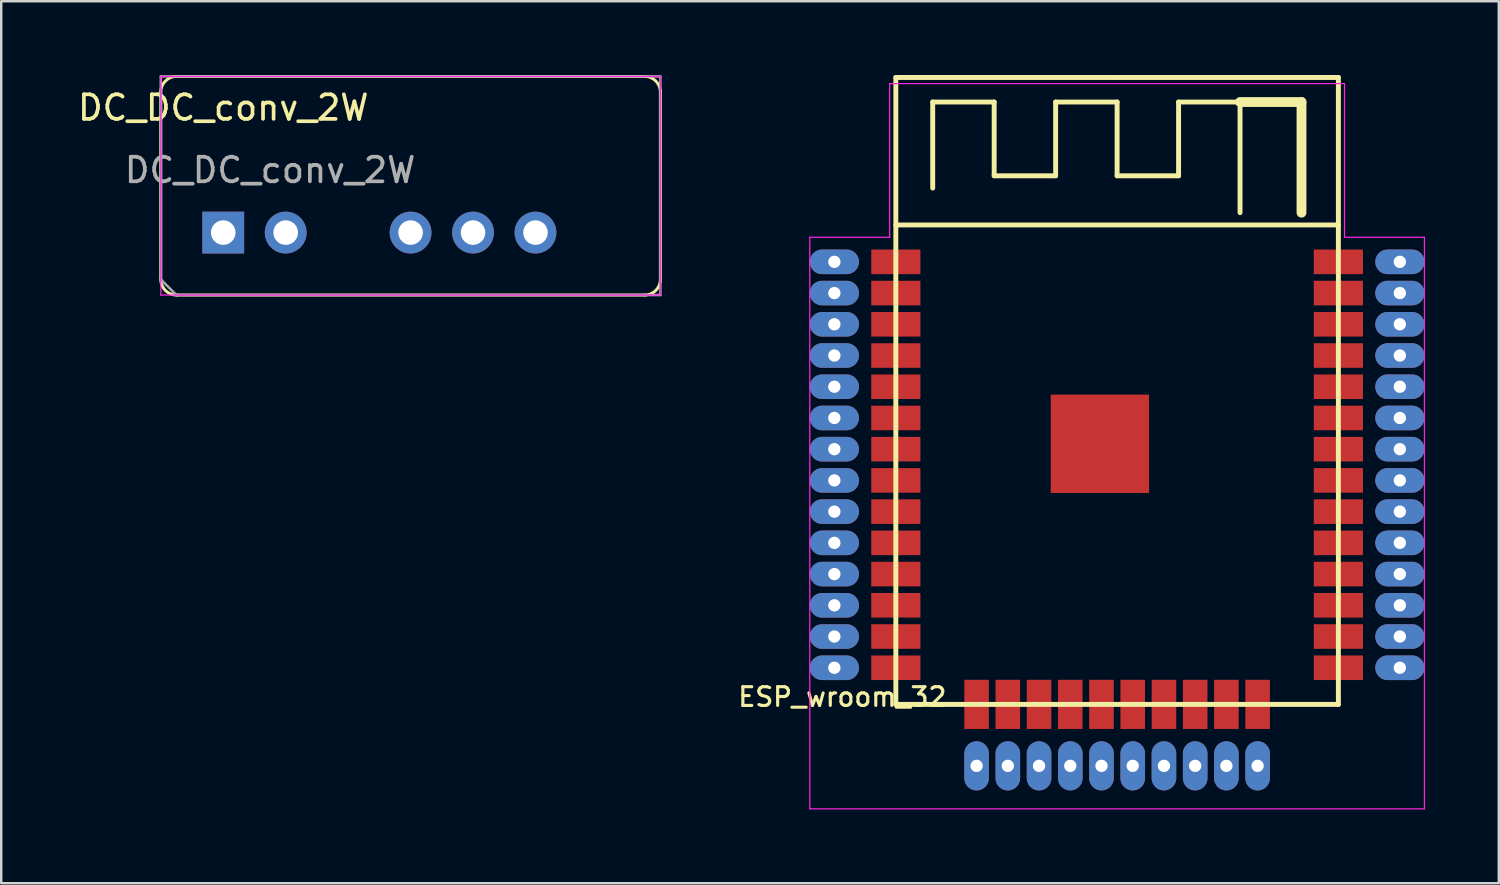
<source format=kicad_pcb>
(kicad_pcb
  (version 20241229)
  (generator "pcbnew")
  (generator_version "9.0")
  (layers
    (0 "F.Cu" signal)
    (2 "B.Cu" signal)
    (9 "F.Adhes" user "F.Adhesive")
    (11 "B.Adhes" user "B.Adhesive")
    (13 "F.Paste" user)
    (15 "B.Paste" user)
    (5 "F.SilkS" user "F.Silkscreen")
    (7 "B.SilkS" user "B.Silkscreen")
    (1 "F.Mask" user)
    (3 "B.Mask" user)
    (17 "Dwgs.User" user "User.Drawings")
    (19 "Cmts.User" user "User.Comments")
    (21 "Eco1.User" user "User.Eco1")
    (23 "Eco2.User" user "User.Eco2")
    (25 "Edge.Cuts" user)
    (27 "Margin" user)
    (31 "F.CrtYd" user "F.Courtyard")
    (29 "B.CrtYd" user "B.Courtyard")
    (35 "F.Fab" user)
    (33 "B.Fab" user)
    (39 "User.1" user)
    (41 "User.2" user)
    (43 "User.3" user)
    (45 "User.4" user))
  (footprint "DC_DC_conv_2W"
    (layer "F.Cu")
    (at 6.03 6.41)
    (property "Reference" "DC_DC_conv_2W" (at 0 -5.08 180) (layer "F.SilkS") (effects (font (size 1 1) (thickness 0.15))))
    (attr through_hole)
    (fp_line (start -2.54 -5.715) (end -2.54 1.905) (stroke (width 0.12) (type solid)) (layer "F.SilkS"))
    (fp_line (start -1.905 2.54) (end 17.145 2.54) (stroke (width 0.12) (type solid)) (layer "F.SilkS"))
    (fp_line (start 17.145 -6.35) (end -1.905 -6.35) (stroke (width 0.12) (type solid)) (layer "F.SilkS"))
    (fp_line (start 17.78 1.905) (end 17.78 -5.715) (stroke (width 0.12) (type solid)) (layer "F.SilkS"))
    (fp_arc (start -2.54 -5.715) (mid -2.354013 -6.164013) (end -1.905 -6.35) (stroke (width 0.12) (type solid)) (layer "F.SilkS"))
    (fp_arc (start -1.905 2.54) (mid -2.354013 2.354013) (end -2.54 1.905) (stroke (width 0.12) (type solid)) (layer "F.SilkS"))
    (fp_arc (start 17.145 -6.35) (mid 17.594013 -6.164013) (end 17.78 -5.715) (stroke (width 0.12) (type solid)) (layer "F.SilkS"))
    (fp_arc (start 17.78 1.905) (mid 17.594013 2.354013) (end 17.145 2.54) (stroke (width 0.12) (type solid)) (layer "F.SilkS"))
    (fp_line (start -2.54 -6.35) (end -2.54 2.54) (stroke (width 0.05) (type solid)) (layer "F.CrtYd"))
    (fp_line (start -2.54 2.54) (end 17.78 2.54) (stroke (width 0.05) (type solid)) (layer "F.CrtYd"))
    (fp_line (start 17.78 -6.35) (end -2.54 -6.35) (stroke (width 0.05) (type solid)) (layer "F.CrtYd"))
    (fp_line (start 17.78 2.54) (end 17.78 -6.35) (stroke (width 0.05) (type solid)) (layer "F.CrtYd"))
    (fp_line (start -2.54 -6.35) (end 17.78 -6.35) (stroke (width 0.1) (type solid)) (layer "F.Fab"))
    (fp_line (start -2.54 1.905) (end -2.54 -6.35) (stroke (width 0.1) (type solid)) (layer "F.Fab"))
    (fp_line (start -2.54 1.905) (end -1.905 2.54) (stroke (width 0.1) (type solid)) (layer "F.Fab"))
    (fp_line (start 17.78 -6.35) (end 17.78 2.54) (stroke (width 0.1) (type solid)) (layer "F.Fab"))
    (fp_line (start 17.78 2.54) (end -1.905 2.54) (stroke (width 0.1) (type solid)) (layer "F.Fab"))
    (fp_text user "${REFERENCE}" (at 1.905 -2.54 180) (layer "F.Fab") (effects (font (size 1 1) (thickness 0.15))))
    (pad "1" thru_hole rect (at 0 0 90) (size 1.7 1.7) (drill 1) (layers "*.Cu" "*.Mask"))
    (pad "2" thru_hole oval (at 2.54 0 90) (size 1.7 1.7) (drill 1) (layers "*.Cu" "*.Mask"))
    (pad "4" thru_hole oval (at 7.62 0 90) (size 1.7 1.7) (drill 1) (layers "*.Cu" "*.Mask"))
    (pad "5" thru_hole oval (at 10.16 0 90) (size 1.7 1.7) (drill 1) (layers "*.Cu" "*.Mask"))
    (pad "6" thru_hole oval (at 12.7 0 90) (size 1.7 1.7) (drill 1) (layers "*.Cu" "*.Mask")))
  (footprint "ESP_wroom_32"
    (layer "F.Cu")
    (at 42.387 12.85)
    (property "Reference" "ESP_wroom_32" (at -11.176 12.446 0) (layer "F.SilkS") (effects (font (size 0.762 0.762) (thickness 0.127))))
    (attr through_hole)
    (fp_line (start -9 -12.75) (end 0 -12.75) (stroke (width 0.2) (type solid)) (layer "F.SilkS"))
    (fp_line (start -9 -6.75) (end 9 -6.75) (stroke (width 0.2) (type solid)) (layer "F.SilkS"))
    (fp_line (start -9 12.75) (end -9 -12.75) (stroke (width 0.2) (type solid)) (layer "F.SilkS"))
    (fp_line (start -7.5 -11.75) (end -7.5 -8.25) (stroke (width 0.2) (type solid)) (layer "F.SilkS"))
    (fp_line (start -5 -11.75) (end -7.5 -11.75) (stroke (width 0.2) (type solid)) (layer "F.SilkS"))
    (fp_line (start -5 -11.75) (end -5 -8.75) (stroke (width 0.2) (type solid)) (layer "F.SilkS"))
    (fp_line (start -2.5 -11.75) (end -2.5 -8.75) (stroke (width 0.2) (type solid)) (layer "F.SilkS"))
    (fp_line (start -2.5 -8.75) (end -5 -8.75) (stroke (width 0.2) (type solid)) (layer "F.SilkS"))
    (fp_line (start 0 -12.75) (end 9 -12.75) (stroke (width 0.2) (type solid)) (layer "F.SilkS"))
    (fp_line (start 0 -11.75) (end -2.5 -11.75) (stroke (width 0.2) (type solid)) (layer "F.SilkS"))
    (fp_line (start 0 -11.75) (end 0 -8.75) (stroke (width 0.2) (type solid)) (layer "F.SilkS"))
    (fp_line (start 0 -8.75) (end 2.5 -8.75) (stroke (width 0.2) (type solid)) (layer "F.SilkS"))
    (fp_line (start 2.5 -11.75) (end 2.5 -8.75) (stroke (width 0.2) (type solid)) (layer "F.SilkS"))
    (fp_line (start 2.5 -11.75) (end 5 -11.75) (stroke (width 0.2) (type solid)) (layer "F.SilkS"))
    (fp_line (start 5 -11.75) (end 5 -7.25) (stroke (width 0.2) (type solid)) (layer "F.SilkS"))
    (fp_line (start 5 -11.75) (end 7.5 -11.75) (stroke (width 0.4) (type solid)) (layer "F.SilkS"))
    (fp_line (start 7.5 -11.75) (end 7.5 -7.25) (stroke (width 0.4) (type solid)) (layer "F.SilkS"))
    (fp_line (start 9 -12.75) (end 9 12.75) (stroke (width 0.2) (type solid)) (layer "F.SilkS"))
    (fp_line (start 9 12.75) (end -9 12.75) (stroke (width 0.2) (type solid)) (layer "F.SilkS"))
    (fp_line (start -12.5 -6.25) (end -9.25 -6.25) (stroke (width 0.05) (type solid)) (layer "F.CrtYd"))
    (fp_line (start -12.5 17) (end -12.5 -6.25) (stroke (width 0.05) (type solid)) (layer "F.CrtYd"))
    (fp_line (start -9.25 -12.5) (end 9.25 -12.5) (stroke (width 0.05) (type solid)) (layer "F.CrtYd"))
    (fp_line (start -9.25 -6.25) (end -9.25 -12.5) (stroke (width 0.05) (type solid)) (layer "F.CrtYd"))
    (fp_line (start 9.25 -6.25) (end 9.25 -12.5) (stroke (width 0.05) (type solid)) (layer "F.CrtYd"))
    (fp_line (start 12.5 -6.25) (end 9.25 -6.25) (stroke (width 0.05) (type solid)) (layer "F.CrtYd"))
    (fp_line (start 12.5 -6.25) (end 12.5 17) (stroke (width 0.05) (type solid)) (layer "F.CrtYd"))
    (fp_line (start 12.5 17) (end -12.5 17) (stroke (width 0.05) (type solid)) (layer "F.CrtYd"))
    (pad "1" thru_hole oval (at -11.5 -5.25) (size 2 1) (drill 0.5) (layers "*.Cu" "*.Mask"))
    (pad "1" smd rect (at -9 -5.25) (size 2 1) (layers "F.Cu" "F.Mask" "F.Paste"))
    (pad "2" thru_hole oval (at -11.5 -3.98) (size 2 1) (drill 0.5) (layers "*.Cu" "*.Mask"))
    (pad "2" smd rect (at -9 -3.98) (size 2 1) (layers "F.Cu" "F.Mask" "F.Paste"))
    (pad "3" thru_hole oval (at -11.5 -2.71) (size 2 1) (drill 0.5) (layers "*.Cu" "*.Mask"))
    (pad "3" smd rect (at -9 -2.71) (size 2 1) (layers "F.Cu" "F.Mask" "F.Paste"))
    (pad "4" thru_hole oval (at -11.5 -1.44) (size 2 1) (drill 0.5) (layers "*.Cu" "*.Mask"))
    (pad "4" smd rect (at -9 -1.44) (size 2 1) (layers "F.Cu" "F.Mask" "F.Paste"))
    (pad "5" thru_hole oval (at -11.5 -0.17) (size 2 1) (drill 0.5) (layers "*.Cu" "*.Mask"))
    (pad "5" smd rect (at -9 -0.17) (size 2 1) (layers "F.Cu" "F.Mask" "F.Paste"))
    (pad "6" thru_hole oval (at -11.5 1.1) (size 2 1) (drill 0.5) (layers "*.Cu" "*.Mask"))
    (pad "6" smd rect (at -9 1.1) (size 2 1) (layers "F.Cu" "F.Mask" "F.Paste"))
    (pad "7" thru_hole oval (at -11.5 2.37) (size 2 1) (drill 0.5) (layers "*.Cu" "*.Mask"))
    (pad "7" smd rect (at -9 2.37) (size 2 1) (layers "F.Cu" "F.Mask" "F.Paste"))
    (pad "8" thru_hole oval (at -11.5 3.64) (size 2 1) (drill 0.5) (layers "*.Cu" "*.Mask"))
    (pad "8" smd rect (at -9 3.64) (size 2 1) (layers "F.Cu" "F.Mask" "F.Paste"))
    (pad "9" thru_hole oval (at -11.5 4.91) (size 2 1) (drill 0.5) (layers "*.Cu" "*.Mask"))
    (pad "9" smd rect (at -9 4.91) (size 2 1) (layers "F.Cu" "F.Mask" "F.Paste"))
    (pad "10" thru_hole oval (at -11.5 6.18) (size 2 1) (drill 0.5) (layers "*.Cu" "*.Mask"))
    (pad "10" smd rect (at -9 6.18) (size 2 1) (layers "F.Cu" "F.Mask" "F.Paste"))
    (pad "11" thru_hole oval (at -11.5 7.45) (size 2 1) (drill 0.5) (layers "*.Cu" "*.Mask"))
    (pad "11" smd rect (at -9 7.45) (size 2 1) (layers "F.Cu" "F.Mask" "F.Paste"))
    (pad "12" thru_hole oval (at -11.5 8.72) (size 2 1) (drill 0.5) (layers "*.Cu" "*.Mask"))
    (pad "12" smd rect (at -9 8.72) (size 2 1) (layers "F.Cu" "F.Mask" "F.Paste"))
    (pad "13" thru_hole oval (at -11.5 9.99) (size 2 1) (drill 0.5) (layers "*.Cu" "*.Mask"))
    (pad "13" smd rect (at -9 9.99) (size 2 1) (layers "F.Cu" "F.Mask" "F.Paste"))
    (pad "14" thru_hole oval (at -11.5 11.26) (size 2 1) (drill 0.5) (layers "*.Cu" "*.Mask"))
    (pad "14" smd rect (at -9 11.26) (size 2 1) (layers "F.Cu" "F.Mask" "F.Paste"))
    (pad "15" smd rect (at -5.715 12.75 90) (size 2 1) (layers "F.Cu" "F.Mask" "F.Paste"))
    (pad "15" thru_hole oval (at -5.715 15.25 90) (size 2 1) (drill 0.5) (layers "*.Cu" "*.Mask"))
    (pad "16" smd rect (at -4.445 12.75 90) (size 2 1) (layers "F.Cu" "F.Mask" "F.Paste"))
    (pad "16" thru_hole oval (at -4.445 15.25 90) (size 2 1) (drill 0.5) (layers "*.Cu" "*.Mask"))
    (pad "17" smd rect (at -3.175 12.75 90) (size 2 1) (layers "F.Cu" "F.Mask" "F.Paste"))
    (pad "17" thru_hole oval (at -3.175 15.25 90) (size 2 1) (drill 0.5) (layers "*.Cu" "*.Mask"))
    (pad "18" smd rect (at -1.905 12.75 90) (size 2 1) (layers "F.Cu" "F.Mask" "F.Paste"))
    (pad "18" thru_hole oval (at -1.905 15.25 90) (size 2 1) (drill 0.5) (layers "*.Cu" "*.Mask"))
    (pad "19" smd rect (at -0.635 12.75 90) (size 2 1) (layers "F.Cu" "F.Mask" "F.Paste"))
    (pad "19" thru_hole oval (at -0.635 15.25 90) (size 2 1) (drill 0.5) (layers "*.Cu" "*.Mask"))
    (pad "20" smd rect (at 0.635 12.75 90) (size 2 1) (layers "F.Cu" "F.Mask" "F.Paste"))
    (pad "20" thru_hole oval (at 0.635 15.25 90) (size 2 1) (drill 0.5) (layers "*.Cu" "*.Mask"))
    (pad "21" smd rect (at 1.905 12.75 90) (size 2 1) (layers "F.Cu" "F.Mask" "F.Paste"))
    (pad "21" thru_hole oval (at 1.905 15.25 90) (size 2 1) (drill 0.5) (layers "*.Cu" "*.Mask"))
    (pad "22" smd rect (at 3.175 12.75 90) (size 2 1) (layers "F.Cu" "F.Mask" "F.Paste"))
    (pad "22" thru_hole oval (at 3.175 15.25 90) (size 2 1) (drill 0.5) (layers "*.Cu" "*.Mask"))
    (pad "23" smd rect (at 4.445 12.75 90) (size 2 1) (layers "F.Cu" "F.Mask" "F.Paste"))
    (pad "23" thru_hole oval (at 4.445 15.25 90) (size 2 1) (drill 0.5) (layers "*.Cu" "*.Mask"))
    (pad "24" smd rect (at 5.715 12.75 90) (size 2 1) (layers "F.Cu" "F.Mask" "F.Paste"))
    (pad "24" thru_hole oval (at 5.715 15.25 90) (size 2 1) (drill 0.5) (layers "*.Cu" "*.Mask"))
    (pad "25" smd rect (at 9 11.26) (size 2 1) (layers "F.Cu" "F.Mask" "F.Paste"))
    (pad "25" thru_hole oval (at 11.5 11.26) (size 2 1) (drill 0.5) (layers "*.Cu" "*.Mask"))
    (pad "26" smd rect (at 9 9.99) (size 2 1) (layers "F.Cu" "F.Mask" "F.Paste"))
    (pad "26" thru_hole oval (at 11.5 9.99) (size 2 1) (drill 0.5) (layers "*.Cu" "*.Mask"))
    (pad "27" smd rect (at 9 8.72) (size 2 1) (layers "F.Cu" "F.Mask" "F.Paste"))
    (pad "27" thru_hole oval (at 11.5 8.72) (size 2 1) (drill 0.5) (layers "*.Cu" "*.Mask"))
    (pad "28" smd rect (at 9 7.45) (size 2 1) (layers "F.Cu" "F.Mask" "F.Paste"))
    (pad "28" thru_hole oval (at 11.5 7.45) (size 2 1) (drill 0.5) (layers "*.Cu" "*.Mask"))
    (pad "29" smd rect (at 9 6.18) (size 2 1) (layers "F.Cu" "F.Mask" "F.Paste"))
    (pad "29" thru_hole oval (at 11.5 6.18) (size 2 1) (drill 0.5) (layers "*.Cu" "*.Mask"))
    (pad "30" smd rect (at 9 4.91) (size 2 1) (layers "F.Cu" "F.Mask" "F.Paste"))
    (pad "30" thru_hole oval (at 11.5 4.91) (size 2 1) (drill 0.5) (layers "*.Cu" "*.Mask"))
    (pad "31" smd rect (at 9 3.64) (size 2 1) (layers "F.Cu" "F.Mask" "F.Paste"))
    (pad "31" thru_hole oval (at 11.5 3.64) (size 2 1) (drill 0.5) (layers "*.Cu" "*.Mask"))
    (pad "32" smd rect (at 9 2.37) (size 2 1) (layers "F.Cu" "F.Mask" "F.Paste"))
    (pad "32" thru_hole oval (at 11.5 2.37) (size 2 1) (drill 0.5) (layers "*.Cu" "*.Mask"))
    (pad "33" smd rect (at 9 1.1) (size 2 1) (layers "F.Cu" "F.Mask" "F.Paste"))
    (pad "33" thru_hole oval (at 11.5 1.1) (size 2 1) (drill 0.5) (layers "*.Cu" "*.Mask"))
    (pad "34" smd rect (at 9 -0.17) (size 2 1) (layers "F.Cu" "F.Mask" "F.Paste"))
    (pad "34" thru_hole oval (at 11.5 -0.17) (size 2 1) (drill 0.5) (layers "*.Cu" "*.Mask"))
    (pad "35" smd rect (at 9 -1.44) (size 2 1) (layers "F.Cu" "F.Mask" "F.Paste"))
    (pad "35" thru_hole oval (at 11.5 -1.44) (size 2 1) (drill 0.5) (layers "*.Cu" "*.Mask"))
    (pad "36" smd rect (at 9 -2.71) (size 2 1) (layers "F.Cu" "F.Mask" "F.Paste"))
    (pad "36" thru_hole oval (at 11.5 -2.71) (size 2 1) (drill 0.5) (layers "*.Cu" "*.Mask"))
    (pad "37" smd rect (at 9 -3.98) (size 2 1) (layers "F.Cu" "F.Mask" "F.Paste"))
    (pad "37" thru_hole oval (at 11.5 -3.98) (size 2 1) (drill 0.5) (layers "*.Cu" "*.Mask"))
    (pad "38" smd rect (at 9 -5.25) (size 2 1) (layers "F.Cu" "F.Mask" "F.Paste"))
    (pad "38" thru_hole oval (at 11.5 -5.25) (size 2 1) (drill 0.5) (layers "*.Cu" "*.Mask"))
    (pad "39" smd rect (at -0.7 2.15 90) (size 4 4) (layers "F.Cu" "F.Mask" "F.Paste")))
  (gr_rect
    (start -3 -3)
    (end 57.912 32.875)
    (stroke (width 0.1) (type default))
    (fill no)
    (layer "Edge.Cuts")))
</source>
